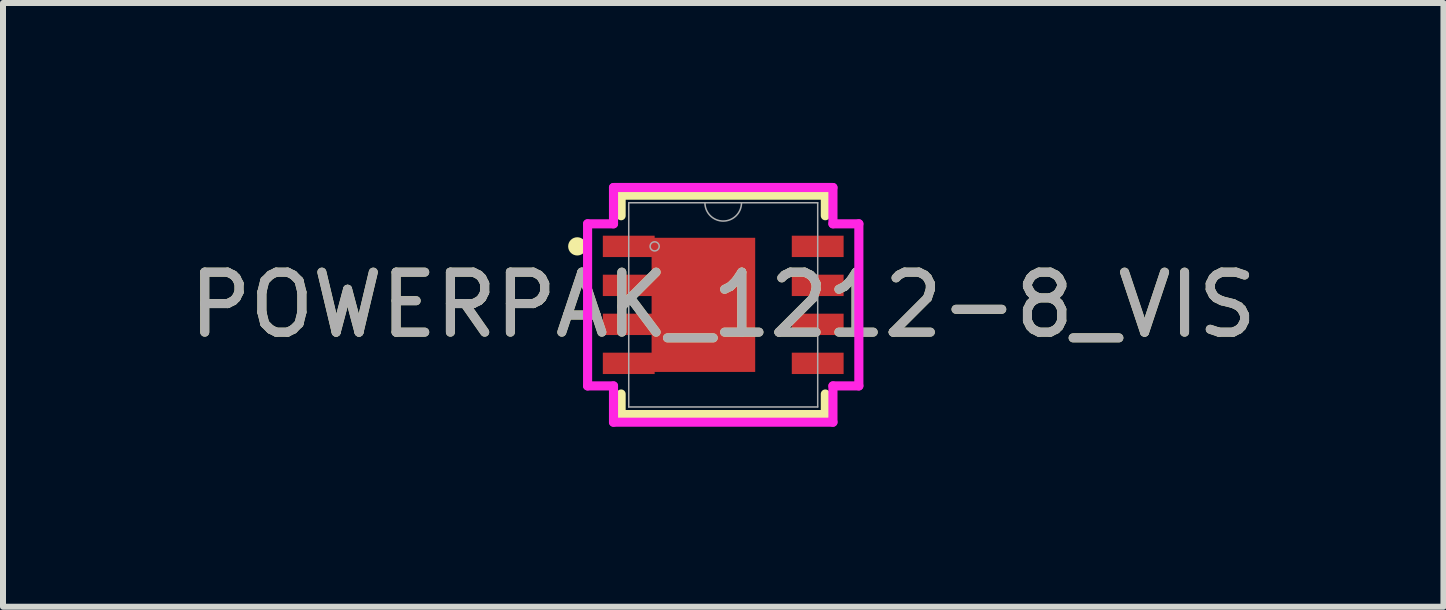
<source format=kicad_pcb>
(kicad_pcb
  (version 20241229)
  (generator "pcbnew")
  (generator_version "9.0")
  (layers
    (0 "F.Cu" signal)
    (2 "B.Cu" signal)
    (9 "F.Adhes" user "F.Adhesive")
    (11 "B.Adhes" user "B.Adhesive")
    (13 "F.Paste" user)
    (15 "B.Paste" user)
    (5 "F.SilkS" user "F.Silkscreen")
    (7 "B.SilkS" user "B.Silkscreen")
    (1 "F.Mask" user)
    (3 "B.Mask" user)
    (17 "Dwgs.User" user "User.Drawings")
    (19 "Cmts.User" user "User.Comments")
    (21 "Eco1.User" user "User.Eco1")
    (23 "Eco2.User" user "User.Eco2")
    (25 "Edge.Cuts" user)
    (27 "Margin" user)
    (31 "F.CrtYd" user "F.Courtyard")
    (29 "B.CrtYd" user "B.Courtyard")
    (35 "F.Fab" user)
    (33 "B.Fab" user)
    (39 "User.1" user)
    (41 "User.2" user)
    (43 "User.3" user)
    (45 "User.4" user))
  (footprint "POWERPAK_1212-8_VIS"
    (layer "F.Cu")
    (at 9.006 2.032)
    (property "Reference" "POWERPAK_1212-8_VIS" (at 0 0 0) (unlocked yes) (layer "F.SilkS") (effects (font (size 1 1) (thickness 0.15))))
    (attr smd)
    (fp_poly (pts (xy -1.194 -1.118) (xy 0.533 -1.118) (xy 0.533 1.118) (xy -1.194 1.118)) (stroke (width 0) (type solid)) (fill yes) (layer "F.Cu"))
    (fp_poly (pts (xy -1.194 -1.118) (xy 0.533 -1.118) (xy 0.533 1.118) (xy -1.194 1.118)) (stroke (width 0) (type solid)) (fill yes) (layer "F.Mask"))
    (fp_line (start -1.702 -1.829) (end -1.702 -1.486) (stroke (width 0.152) (type solid)) (layer "F.SilkS"))
    (fp_line (start -1.702 1.486) (end -1.702 1.829) (stroke (width 0.152) (type solid)) (layer "F.SilkS"))
    (fp_line (start -1.702 1.829) (end 1.702 1.829) (stroke (width 0.152) (type solid)) (layer "F.SilkS"))
    (fp_line (start 1.702 -1.829) (end -1.702 -1.829) (stroke (width 0.152) (type solid)) (layer "F.SilkS"))
    (fp_line (start 1.702 -1.486) (end 1.702 -1.829) (stroke (width 0.152) (type solid)) (layer "F.SilkS"))
    (fp_line (start 1.702 1.829) (end 1.702 1.486) (stroke (width 0.152) (type solid)) (layer "F.SilkS"))
    (fp_circle (center -2.433 -0.975) (end -2.357 -0.975) (stroke (width 0.152) (type solid)) (fill no) (layer "F.SilkS"))
    (fp_poly (pts (xy -1.194 -1.118) (xy 0.533 -1.118) (xy 0.533 1.118) (xy -1.194 1.118)) (stroke (width 0) (type solid)) (fill yes) (layer "F.Paste"))
    (fp_line (start -2.261 -1.351) (end -1.829 -1.351) (stroke (width 0.152) (type solid)) (layer "F.CrtYd"))
    (fp_line (start -2.261 1.351) (end -2.261 -1.351) (stroke (width 0.152) (type solid)) (layer "F.CrtYd"))
    (fp_line (start -2.261 1.351) (end -1.829 1.351) (stroke (width 0.152) (type solid)) (layer "F.CrtYd"))
    (fp_line (start -1.829 -1.956) (end 1.829 -1.956) (stroke (width 0.152) (type solid)) (layer "F.CrtYd"))
    (fp_line (start -1.829 -1.351) (end -1.829 -1.956) (stroke (width 0.152) (type solid)) (layer "F.CrtYd"))
    (fp_line (start -1.829 1.956) (end -1.829 1.351) (stroke (width 0.152) (type solid)) (layer "F.CrtYd"))
    (fp_line (start 1.829 -1.956) (end 1.829 -1.351) (stroke (width 0.152) (type solid)) (layer "F.CrtYd"))
    (fp_line (start 1.829 1.351) (end 1.829 1.956) (stroke (width 0.152) (type solid)) (layer "F.CrtYd"))
    (fp_line (start 1.829 1.956) (end -1.829 1.956) (stroke (width 0.152) (type solid)) (layer "F.CrtYd"))
    (fp_line (start 2.261 -1.351) (end 1.829 -1.351) (stroke (width 0.152) (type solid)) (layer "F.CrtYd"))
    (fp_line (start 2.261 -1.351) (end 2.261 1.351) (stroke (width 0.152) (type solid)) (layer "F.CrtYd"))
    (fp_line (start 2.261 1.351) (end 1.829 1.351) (stroke (width 0.152) (type solid)) (layer "F.CrtYd"))
    (fp_line (start -1.575 -1.702) (end -1.575 1.702) (stroke (width 0.025) (type solid)) (layer "F.Fab"))
    (fp_line (start -1.575 1.702) (end 1.575 1.702) (stroke (width 0.025) (type solid)) (layer "F.Fab"))
    (fp_line (start 1.575 -1.702) (end -1.575 -1.702) (stroke (width 0.025) (type solid)) (layer "F.Fab"))
    (fp_line (start 1.575 1.702) (end 1.575 -1.702) (stroke (width 0.025) (type solid)) (layer "F.Fab"))
    (fp_arc (start 0.3048 -1.7018) (mid 0 -1.397) (end -0.3048 -1.7018) (stroke (width 0.0254) (type solid)) (layer "F.Fab"))
    (fp_circle (center -1.143 -0.975) (end -1.067 -0.975) (stroke (width 0.025) (type solid)) (fill no) (layer "F.Fab"))
    (fp_text user "${REFERENCE}" (at 0 0 0) (unlocked yes) (layer "F.Fab") (effects (font (size 1 1) (thickness 0.15))))
    (pad "1" smd rect (at -1.575 -0.975) (size 0.864 0.356) (layers "F.Cu" "F.Mask" "F.Paste"))
    (pad "2" smd rect (at -1.575 -0.325) (size 0.864 0.356) (layers "F.Cu" "F.Mask" "F.Paste"))
    (pad "3" smd rect (at -1.575 0.325) (size 0.864 0.356) (layers "F.Cu" "F.Mask" "F.Paste"))
    (pad "4" smd rect (at -1.575 0.975) (size 0.864 0.356) (layers "F.Cu" "F.Mask" "F.Paste"))
    (pad "5" smd rect (at 1.575 0.975) (size 0.864 0.356) (layers "F.Cu" "F.Mask" "F.Paste"))
    (pad "6" smd rect (at 1.575 0.325) (size 0.864 0.356) (layers "F.Cu" "F.Mask" "F.Paste"))
    (pad "7" smd rect (at 1.575 -0.325) (size 0.864 0.356) (layers "F.Cu" "F.Mask" "F.Paste"))
    (pad "8" smd rect (at 1.575 -0.975) (size 0.864 0.356) (layers "F.Cu" "F.Mask" "F.Paste")))
  (gr_rect
    (start -3 -3)
    (end 21.012 7.064)
    (stroke (width 0.1) (type default))
    (fill no)
    (layer "Edge.Cuts")))
</source>
